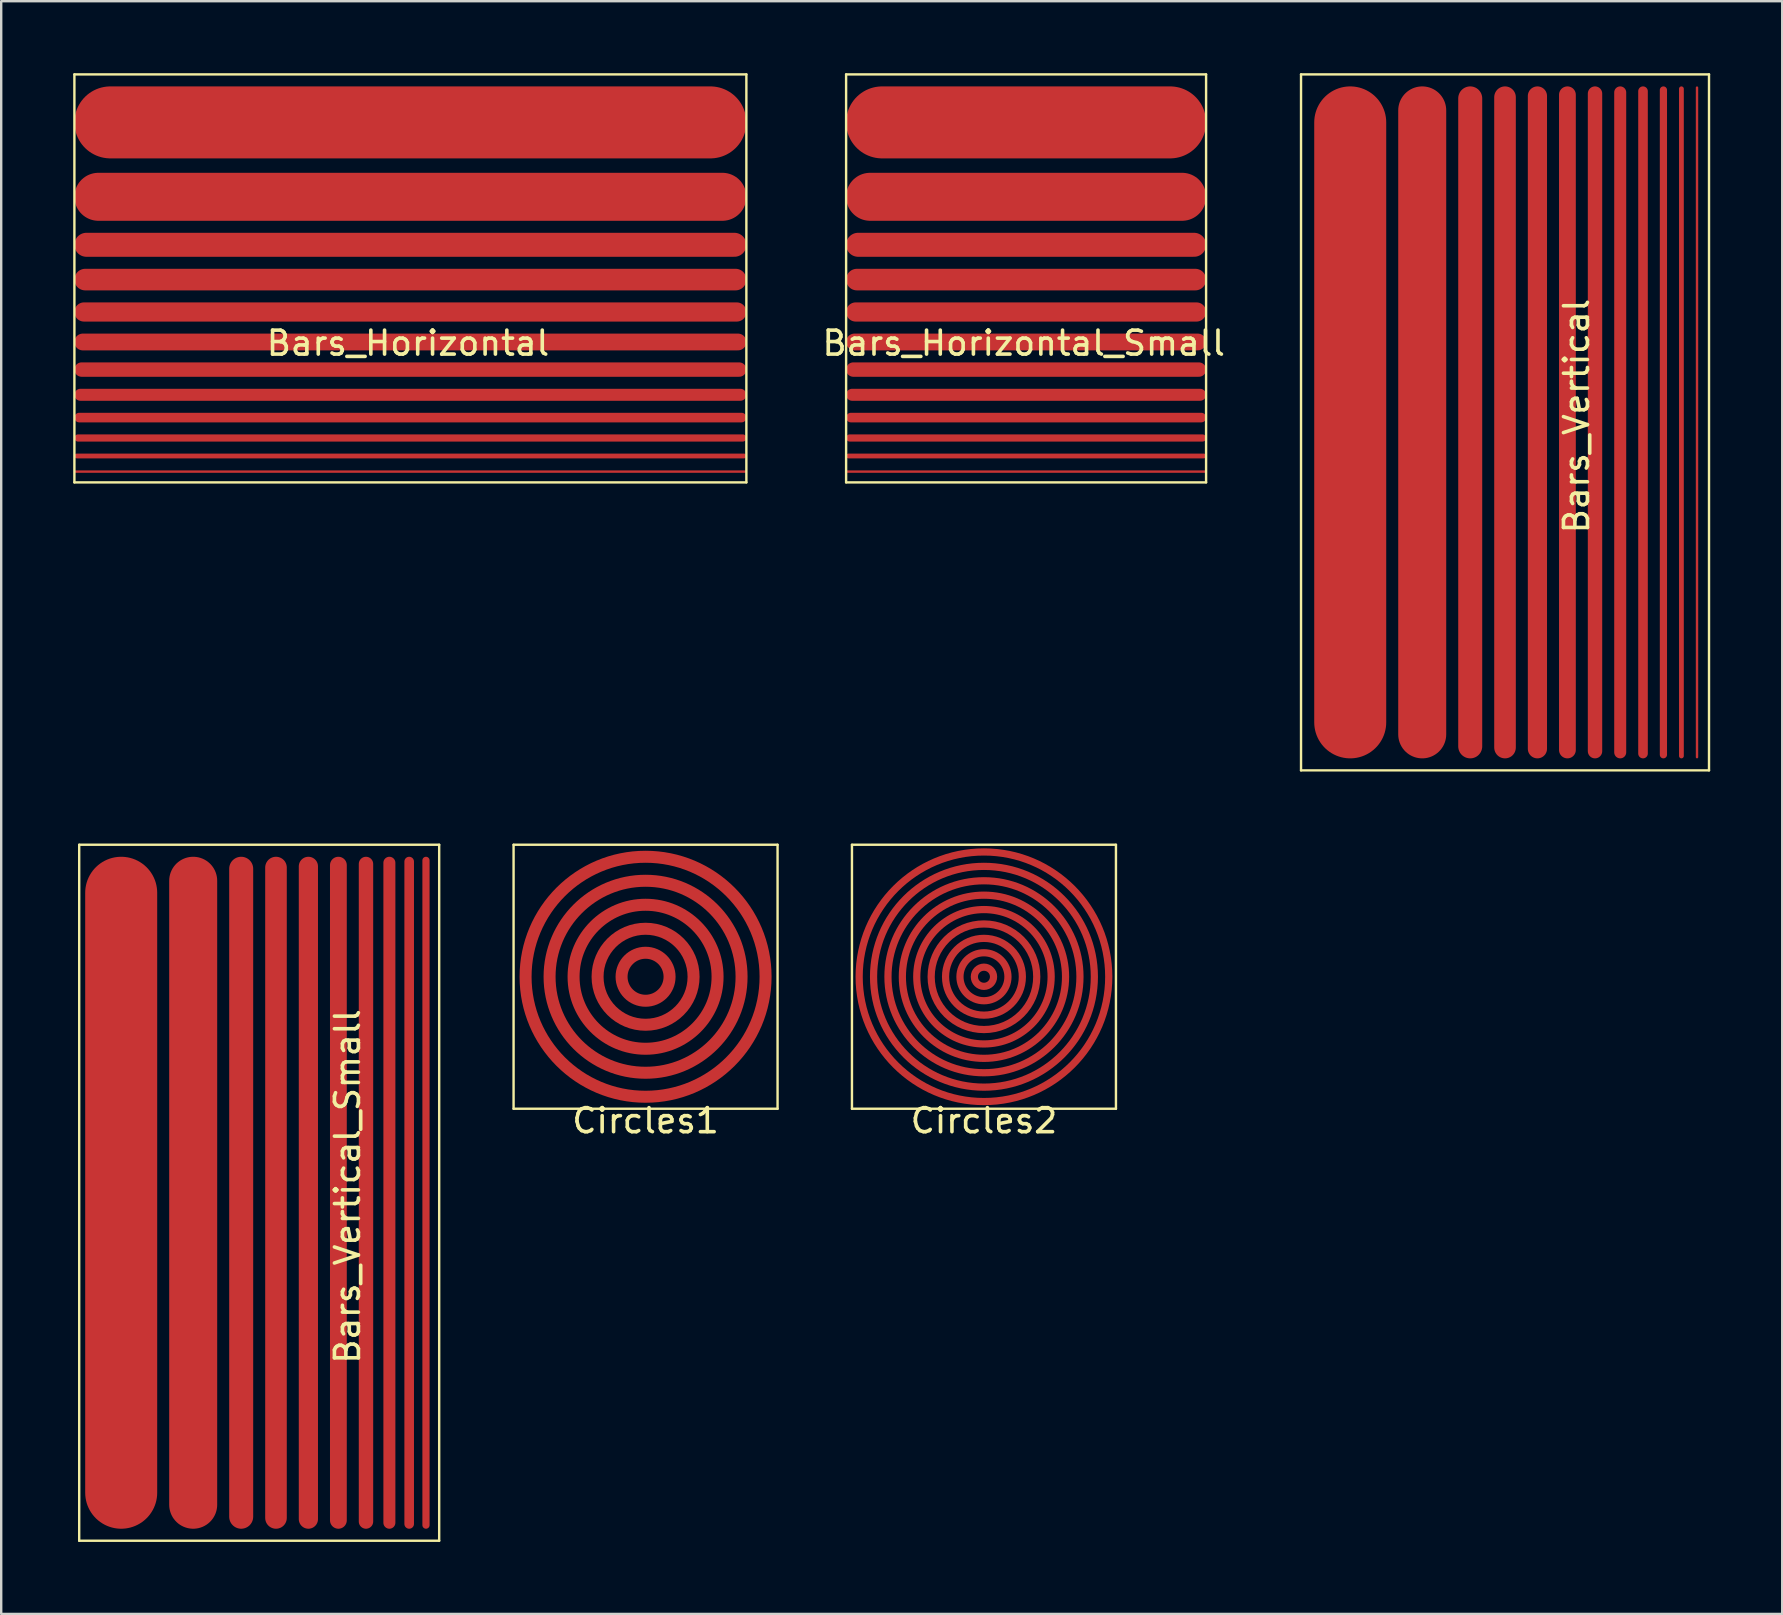
<source format=kicad_pcb>
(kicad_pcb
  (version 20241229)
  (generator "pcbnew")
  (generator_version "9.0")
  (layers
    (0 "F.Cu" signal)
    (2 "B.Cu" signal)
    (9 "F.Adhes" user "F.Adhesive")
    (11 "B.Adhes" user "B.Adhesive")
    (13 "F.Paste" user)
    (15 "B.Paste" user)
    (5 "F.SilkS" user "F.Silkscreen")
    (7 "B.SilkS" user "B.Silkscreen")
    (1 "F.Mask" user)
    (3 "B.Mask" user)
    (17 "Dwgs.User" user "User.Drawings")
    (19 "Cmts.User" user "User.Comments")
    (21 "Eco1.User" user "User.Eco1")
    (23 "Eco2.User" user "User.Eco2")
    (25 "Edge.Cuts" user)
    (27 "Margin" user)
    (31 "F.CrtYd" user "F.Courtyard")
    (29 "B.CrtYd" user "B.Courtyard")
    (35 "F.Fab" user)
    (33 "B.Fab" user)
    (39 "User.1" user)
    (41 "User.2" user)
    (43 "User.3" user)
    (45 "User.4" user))
  (footprint "Bars_Horizontal_Small"
    (layer "F.Cu")
    (at 39.706 2.05)
    (property "Reference" "Bars_Horizontal_Small" (at -0.1 9.2 0) (layer "F.SilkS") (effects (font (size 1 1) (thickness 0.15))))
    (attr through_hole)
    (fp_line (start -7.45 14.55) (end 7.45 14.55) (stroke (width 0.1) (type solid)) (layer "F.Cu"))
    (fp_line (start -7.4 13.9) (end 7.4 13.9) (stroke (width 0.2) (type solid)) (layer "F.Cu"))
    (fp_line (start -7.35 13.15) (end 7.35 13.15) (stroke (width 0.3) (type solid)) (layer "F.Cu"))
    (fp_line (start -7.3 12.3) (end 7.3 12.3) (stroke (width 0.4) (type solid)) (layer "F.Cu"))
    (fp_line (start -7.25 11.35) (end 7.25 11.35) (stroke (width 0.5) (type solid)) (layer "F.Cu"))
    (fp_line (start -7.2 10.3) (end 7.2 10.3) (stroke (width 0.6) (type solid)) (layer "F.Cu"))
    (fp_line (start -7.15 9.15) (end 7.15 9.15) (stroke (width 0.7) (type solid)) (layer "F.Cu"))
    (fp_line (start -7.1 7.9) (end 7.1 7.9) (stroke (width 0.8) (type solid)) (layer "F.Cu"))
    (fp_line (start -7.05 6.55) (end 7.05 6.55) (stroke (width 0.9) (type solid)) (layer "F.Cu"))
    (fp_line (start -7 5.1) (end 7 5.1) (stroke (width 1) (type solid)) (layer "F.Cu"))
    (fp_line (start -6.5 3.1) (end 6.5 3.1) (stroke (width 2) (type solid)) (layer "F.Cu"))
    (fp_line (start -6 0) (end 6 0) (stroke (width 3) (type solid)) (layer "F.Cu"))
    (fp_line (start -7.5 -2) (end -7.5 15) (stroke (width 0.1) (type solid)) (layer "F.SilkS"))
    (fp_line (start -7.5 -2) (end 7.5 -2) (stroke (width 0.1) (type solid)) (layer "F.SilkS"))
    (fp_line (start -7.5 15) (end 7.5 15) (stroke (width 0.1) (type solid)) (layer "F.SilkS"))
    (fp_line (start 7.5 -2) (end 7.5 15) (stroke (width 0.1) (type solid)) (layer "F.SilkS")))
  (footprint "Bars_Vertical"
    (layer "F.Cu")
    (at 53.162 2.05)
    (property "Reference" "Bars_Vertical" (at 9.48 12.236 90) (layer "F.SilkS") (effects (font (size 1 1) (thickness 0.15))))
    (attr through_hole)
    (fp_line (start 0.05 25) (end 0.05 0) (stroke (width 3) (type solid)) (layer "F.Cu"))
    (fp_line (start 3.05 25.5) (end 3.05 -0.5) (stroke (width 2) (type solid)) (layer "F.Cu"))
    (fp_line (start 5.05 26) (end 5.05 -1) (stroke (width 1) (type solid)) (layer "F.Cu"))
    (fp_line (start 6.5 26.05) (end 6.5 -1.05) (stroke (width 0.9) (type solid)) (layer "F.Cu"))
    (fp_line (start 7.85 26.1) (end 7.85 -1.1) (stroke (width 0.8) (type solid)) (layer "F.Cu"))
    (fp_line (start 9.1 26.15) (end 9.1 -1.15) (stroke (width 0.7) (type solid)) (layer "F.Cu"))
    (fp_line (start 10.25 26.2) (end 10.25 -1.2) (stroke (width 0.6) (type solid)) (layer "F.Cu"))
    (fp_line (start 11.3 26.25) (end 11.3 -1.25) (stroke (width 0.5) (type solid)) (layer "F.Cu"))
    (fp_line (start 12.25 26.3) (end 12.25 -1.3) (stroke (width 0.4) (type solid)) (layer "F.Cu"))
    (fp_line (start 13.1 26.35) (end 13.1 -1.35) (stroke (width 0.3) (type solid)) (layer "F.Cu"))
    (fp_line (start 13.85 26.4) (end 13.85 -1.4) (stroke (width 0.2) (type solid)) (layer "F.Cu"))
    (fp_line (start 14.5 26.45) (end 14.5 -1.45) (stroke (width 0.1) (type solid)) (layer "F.Cu"))
    (fp_line (start -2 -2) (end -2 27) (stroke (width 0.1) (type solid)) (layer "F.SilkS"))
    (fp_line (start 15 -2) (end -2 -2) (stroke (width 0.1) (type solid)) (layer "F.SilkS"))
    (fp_line (start 15 -2) (end 15 27) (stroke (width 0.1) (type solid)) (layer "F.SilkS"))
    (fp_line (start 15 27) (end -2 27) (stroke (width 0.1) (type solid)) (layer "F.SilkS")))
  (footprint "Bars_Vertical_Small"
    (layer "F.Cu")
    (at 0.25 34.15)
    (property "Reference" "Bars_Vertical_Small" (at 11.18 12.236 90) (layer "F.SilkS") (effects (font (size 1 1) (thickness 0.15))))
    (attr through_hole)
    (fp_line (start 1.75 25) (end 1.75 0) (stroke (width 3) (type solid)) (layer "F.Cu"))
    (fp_line (start 4.75 25.5) (end 4.75 -0.5) (stroke (width 2) (type solid)) (layer "F.Cu"))
    (fp_line (start 6.75 26) (end 6.75 -1) (stroke (width 1) (type solid)) (layer "F.Cu"))
    (fp_line (start 8.2 26.05) (end 8.2 -1.05) (stroke (width 0.9) (type solid)) (layer "F.Cu"))
    (fp_line (start 9.55 26.1) (end 9.55 -1.1) (stroke (width 0.8) (type solid)) (layer "F.Cu"))
    (fp_line (start 10.8 26.15) (end 10.8 -1.15) (stroke (width 0.7) (type solid)) (layer "F.Cu"))
    (fp_line (start 11.95 26.2) (end 11.95 -1.2) (stroke (width 0.6) (type solid)) (layer "F.Cu"))
    (fp_line (start 12.925 26.25) (end 12.925 -1.25) (stroke (width 0.5) (type solid)) (layer "F.Cu"))
    (fp_line (start 13.75 26.3) (end 13.75 -1.3) (stroke (width 0.4) (type solid)) (layer "F.Cu"))
    (fp_line (start 14.45 26.35) (end 14.45 -1.35) (stroke (width 0.3) (type solid)) (layer "F.Cu"))
    (fp_line (start 0 -2) (end 0 27) (stroke (width 0.1) (type solid)) (layer "F.SilkS"))
    (fp_line (start 0 -2) (end 15 -2) (stroke (width 0.1) (type solid)) (layer "F.SilkS"))
    (fp_line (start 15 -2) (end 15 27) (stroke (width 0.1) (type solid)) (layer "F.SilkS"))
    (fp_line (start 15 27) (end 0 27) (stroke (width 0.1) (type solid)) (layer "F.SilkS")))
  (footprint "Bars_Horizontal"
    (layer "F.Cu")
    (at 14.05 2.05)
    (property "Reference" "Bars_Horizontal" (at -0.1 9.2 0) (layer "F.SilkS") (effects (font (size 1 1) (thickness 0.15))))
    (attr through_hole)
    (fp_line (start -13.95 14.55) (end 13.95 14.55) (stroke (width 0.1) (type solid)) (layer "F.Cu"))
    (fp_line (start -13.9 13.9) (end 13.9 13.9) (stroke (width 0.2) (type solid)) (layer "F.Cu"))
    (fp_line (start -13.85 13.15) (end 13.85 13.15) (stroke (width 0.3) (type solid)) (layer "F.Cu"))
    (fp_line (start -13.8 12.3) (end 13.8 12.3) (stroke (width 0.4) (type solid)) (layer "F.Cu"))
    (fp_line (start -13.75 11.35) (end 13.75 11.35) (stroke (width 0.5) (type solid)) (layer "F.Cu"))
    (fp_line (start -13.7 10.3) (end 13.7 10.3) (stroke (width 0.6) (type solid)) (layer "F.Cu"))
    (fp_line (start -13.65 9.15) (end 13.65 9.15) (stroke (width 0.7) (type solid)) (layer "F.Cu"))
    (fp_line (start -13.6 7.9) (end 13.6 7.9) (stroke (width 0.8) (type solid)) (layer "F.Cu"))
    (fp_line (start -13.55 6.55) (end 13.55 6.55) (stroke (width 0.9) (type solid)) (layer "F.Cu"))
    (fp_line (start -13.5 5.1) (end 13.5 5.1) (stroke (width 1) (type solid)) (layer "F.Cu"))
    (fp_line (start -13 3.1) (end 13 3.1) (stroke (width 2) (type solid)) (layer "F.Cu"))
    (fp_line (start -12.5 0) (end 12.5 0) (stroke (width 3) (type solid)) (layer "F.Cu"))
    (fp_line (start -14 -2) (end -14 15) (stroke (width 0.1) (type solid)) (layer "F.SilkS"))
    (fp_line (start -14 -2) (end 14 -2) (stroke (width 0.1) (type solid)) (layer "F.SilkS"))
    (fp_line (start -14 15) (end 14 15) (stroke (width 0.1) (type solid)) (layer "F.SilkS"))
    (fp_line (start 14 -2) (end 14 15) (stroke (width 0.1) (type solid)) (layer "F.SilkS")))
  (footprint "Circles1"
    (layer "F.Cu")
    (at 23.85 37.65)
    (property "Reference" "Circles1" (at 0 6 0) (layer "F.SilkS") (effects (font (size 1 1) (thickness 0.15))))
    (attr through_hole)
    (fp_circle (center 0 0) (end -5 0) (stroke (width 0.5) (type solid)) (fill no) (layer "F.Cu"))
    (fp_circle (center 0 0) (end -4 0) (stroke (width 0.5) (type solid)) (fill no) (layer "F.Cu"))
    (fp_circle (center 0 0) (end -3 0) (stroke (width 0.5) (type solid)) (fill no) (layer "F.Cu"))
    (fp_circle (center 0 0) (end -2 0) (stroke (width 0.5) (type solid)) (fill no) (layer "F.Cu"))
    (fp_circle (center 0 0) (end -1 0) (stroke (width 0.5) (type solid)) (fill no) (layer "F.Cu"))
    (fp_line (start -5.5 -5.5) (end -5.5 5.5) (stroke (width 0.1) (type solid)) (layer "F.SilkS"))
    (fp_line (start -5.5 -5.5) (end 5.5 -5.5) (stroke (width 0.1) (type solid)) (layer "F.SilkS"))
    (fp_line (start -5.5 5.5) (end 5.5 5.5) (stroke (width 0.1) (type solid)) (layer "F.SilkS"))
    (fp_line (start 5.5 -5.5) (end 5.5 5.5) (stroke (width 0.1) (type solid)) (layer "F.SilkS")))
  (footprint "Circles2"
    (layer "F.Cu")
    (at 37.95 37.65)
    (property "Reference" "Circles2" (at 0 6 0) (layer "F.SilkS") (effects (font (size 1 1) (thickness 0.15))))
    (attr through_hole)
    (fp_circle (center 0 0) (end -5.2 0) (stroke (width 0.3) (type solid)) (fill no) (layer "F.Cu"))
    (fp_circle (center 0 0) (end -4.6 0) (stroke (width 0.3) (type solid)) (fill no) (layer "F.Cu"))
    (fp_circle (center 0 0) (end -4 0) (stroke (width 0.3) (type solid)) (fill no) (layer "F.Cu"))
    (fp_circle (center 0 0) (end -3.4 0) (stroke (width 0.3) (type solid)) (fill no) (layer "F.Cu"))
    (fp_circle (center 0 0) (end -2.8 0) (stroke (width 0.3) (type solid)) (fill no) (layer "F.Cu"))
    (fp_circle (center 0 0) (end -2.2 0) (stroke (width 0.3) (type solid)) (fill no) (layer "F.Cu"))
    (fp_circle (center 0 0) (end -1.6 0) (stroke (width 0.3) (type solid)) (fill no) (layer "F.Cu"))
    (fp_circle (center 0 0) (end -1 0) (stroke (width 0.3) (type solid)) (fill no) (layer "F.Cu"))
    (fp_circle (center 0 0) (end -0.4 0) (stroke (width 0.3) (type solid)) (fill no) (layer "F.Cu"))
    (fp_line (start -5.5 -5.5) (end -5.5 5.5) (stroke (width 0.1) (type solid)) (layer "F.SilkS"))
    (fp_line (start -5.5 5.5) (end 5.5 5.5) (stroke (width 0.1) (type solid)) (layer "F.SilkS"))
    (fp_line (start 5.5 -5.5) (end -5.5 -5.5) (stroke (width 0.1) (type solid)) (layer "F.SilkS"))
    (fp_line (start 5.5 5.5) (end 5.5 -5.5) (stroke (width 0.1) (type solid)) (layer "F.SilkS")))
  (gr_rect
    (start -3 -3)
    (end 71.212 64.2)
    (stroke (width 0.1) (type default))
    (fill no)
    (layer "Edge.Cuts")))
</source>
